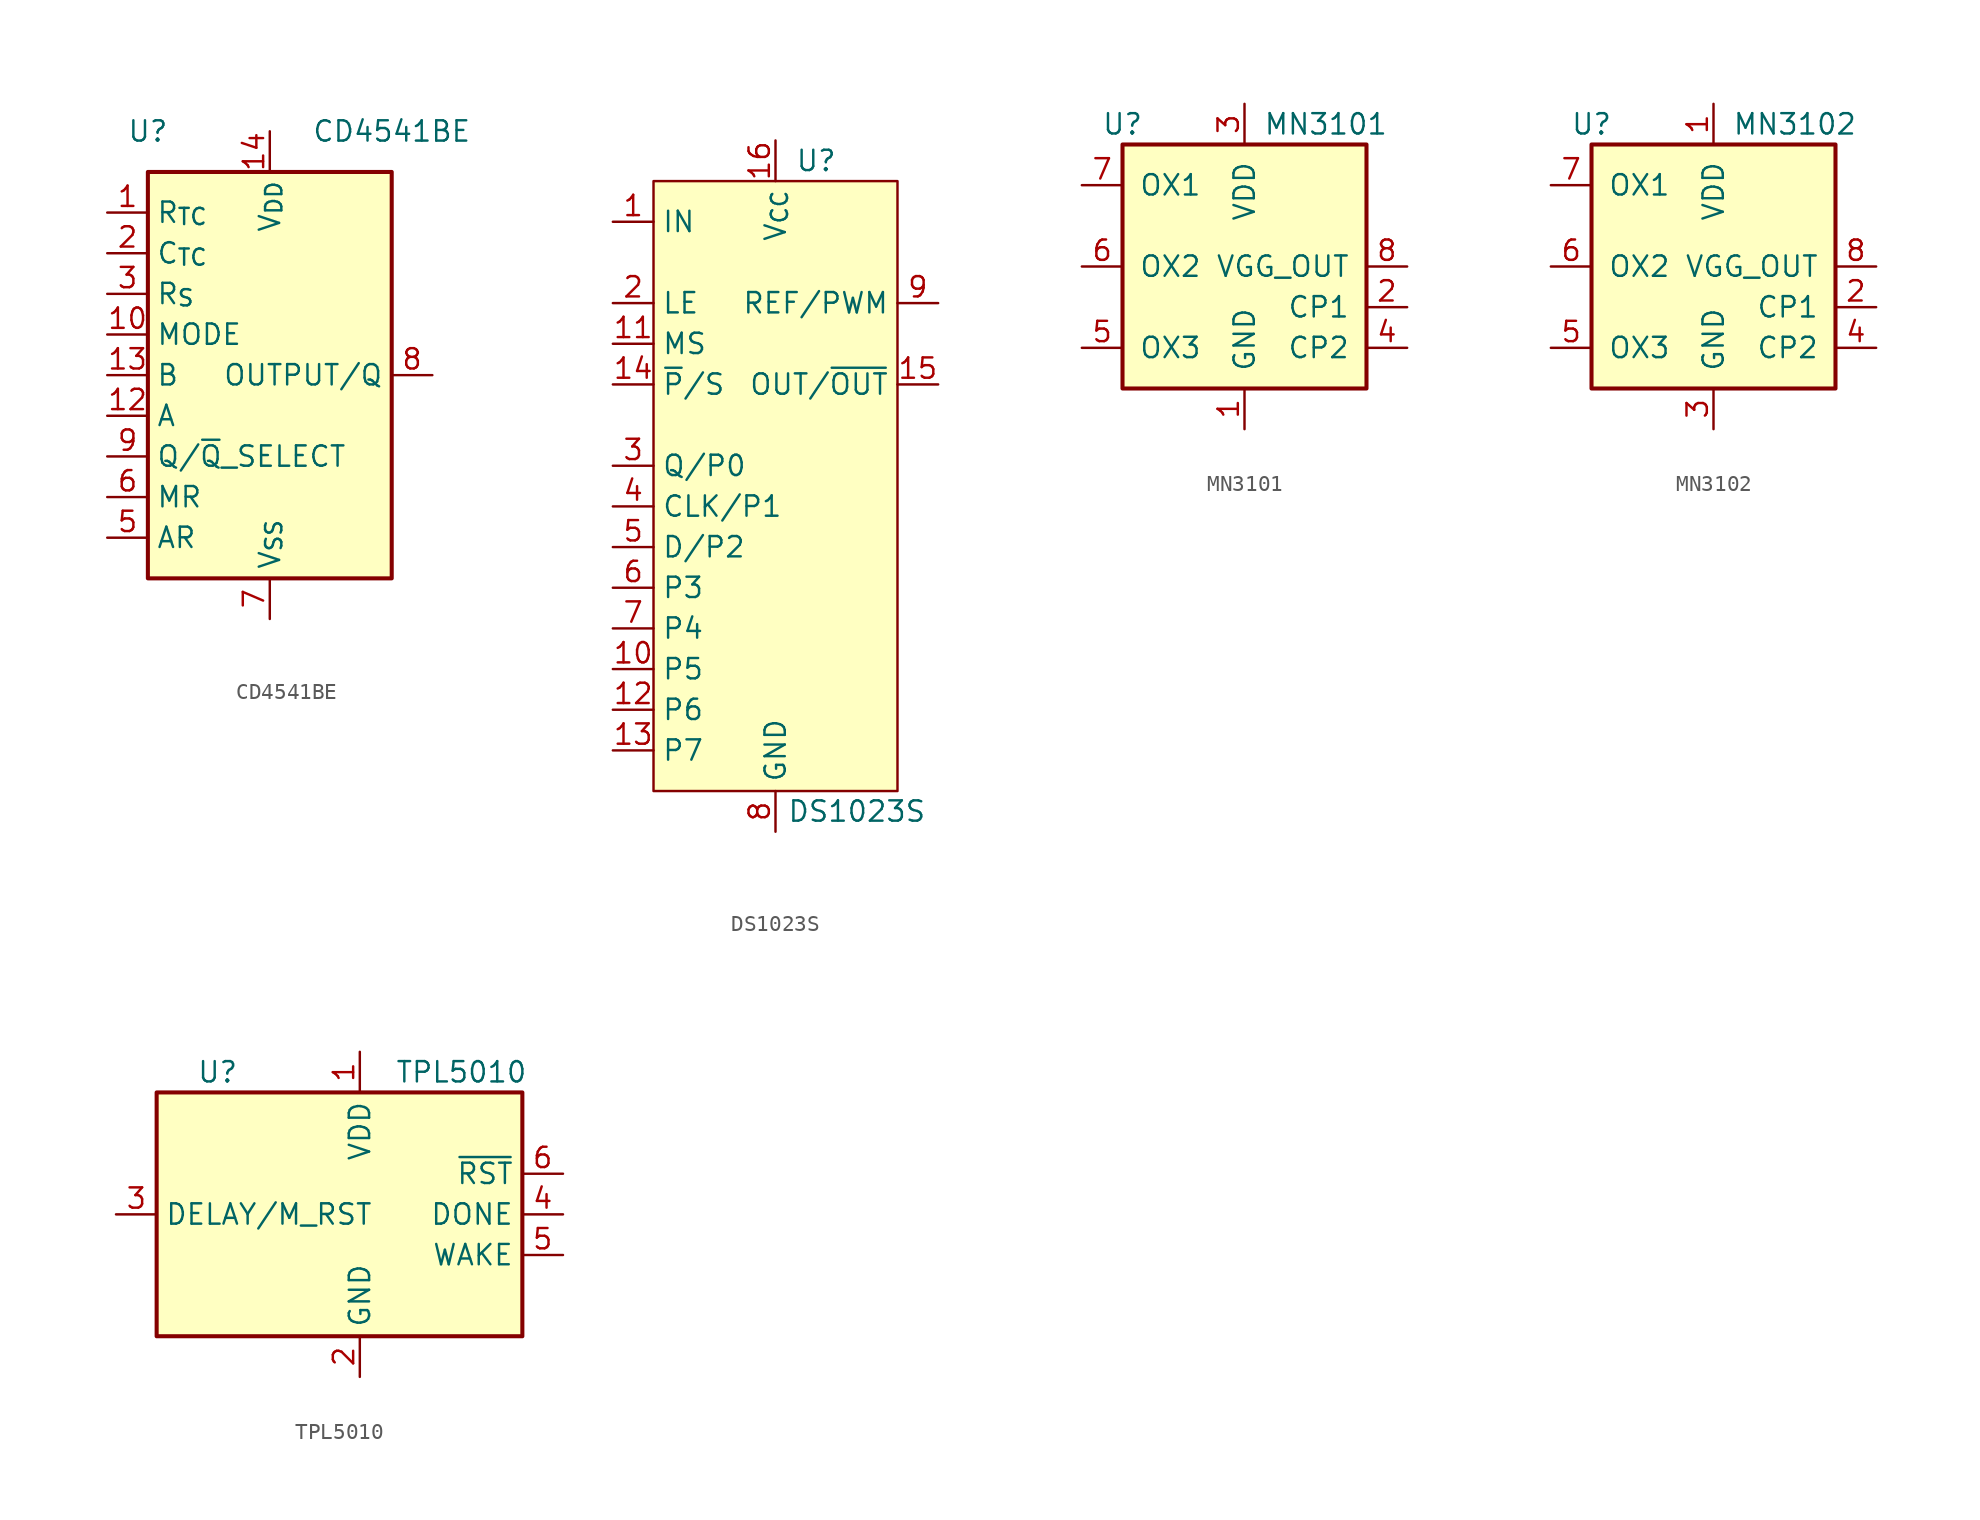
<source format=kicad_sym>
(kicad_symbol_lib
  (version 20231120)
  (generator "kicad_symbol_editor")
  (generator_version "8.0")
  (symbol "CD4541BE"
    (property "Reference" "U"
      (at -7.62 15.24 0)
      (effects (font (size 1.27 1.27))))
    (property "Value" "CD4541BE"
      (at 7.62 15.24 0)
      (effects (font (size 1.27 1.27))))
    (symbol "CD4541BE_0_0"
      (pin input line (at -10.16 10.16 0) (length 2.54) (name "R_{TC}" (effects (font (size 1.27 1.27)))) (number "1" (effects (font (size 1.27 1.27)))))
      (pin input line (at -10.16 2.54 0) (length 2.54) (name "MODE" (effects (font (size 1.27 1.27)))) (number "10" (effects (font (size 1.27 1.27)))))
      (pin no_connect line (at 7.62 -7.62 180) (length 2.54) hide (name "NC" (effects (font (size 1.27 1.27)))) (number "11" (effects (font (size 1.27 1.27)))))
      (pin input line (at -10.16 -2.54 0) (length 2.54) (name "A" (effects (font (size 1.27 1.27)))) (number "12" (effects (font (size 1.27 1.27)))))
      (pin input line (at -10.16 0 0) (length 2.54) (name "B" (effects (font (size 1.27 1.27)))) (number "13" (effects (font (size 1.27 1.27)))))
      (pin power_in line (at 0 15.24 270) (length 2.54) (name "V_{DD}" (effects (font (size 1.27 1.27)))) (number "14" (effects (font (size 1.27 1.27)))))
      (pin input line (at -10.16 7.62 0) (length 2.54) (name "C_{TC}" (effects (font (size 1.27 1.27)))) (number "2" (effects (font (size 1.27 1.27)))))
      (pin input line (at -10.16 5.08 0) (length 2.54) (name "R_{S}" (effects (font (size 1.27 1.27)))) (number "3" (effects (font (size 1.27 1.27)))))
      (pin no_connect line (at 7.62 -5.08 180) (length 2.54) hide (name "NC" (effects (font (size 1.27 1.27)))) (number "4" (effects (font (size 1.27 1.27)))))
      (pin input line (at -10.16 -10.16 0) (length 2.54) (name "AR" (effects (font (size 1.27 1.27)))) (number "5" (effects (font (size 1.27 1.27)))))
      (pin input line (at -10.16 -7.62 0) (length 2.54) (name "MR" (effects (font (size 1.27 1.27)))) (number "6" (effects (font (size 1.27 1.27)))))
      (pin power_in line (at 0 -15.24 90) (length 2.54) (name "V_{SS}" (effects (font (size 1.27 1.27)))) (number "7" (effects (font (size 1.27 1.27)))))
      (pin output line (at 10.16 0 180) (length 2.54) (name "OUTPUT/Q" (effects (font (size 1.27 1.27)))) (number "8" (effects (font (size 1.27 1.27)))))
      (pin input line (at -10.16 -5.08 0) (length 2.54) (name "Q/~{Q}_SELECT" (effects (font (size 1.27 1.27)))) (number "9" (effects (font (size 1.27 1.27))))))
    (symbol "CD4541BE_0_1"
      (rectangle (start 7.62 -12.7) (end -7.62 12.7) (stroke (width 0.254) (type default)) (fill (type background)))))
  (symbol "DS1023S"
    (property "Reference" "U"
      (at 2.54 19.05 0)
      (effects (font (size 1.27 1.27))))
    (property "Value" "DS1023S"
      (at 5.08 -21.59 0)
      (effects (font (size 1.27 1.27))))
    (symbol "DS1023S_1_1"
      (rectangle (start -7.62 17.78) (end 7.62 -20.32) (stroke (width 0) (type default)) (fill (type background)))
      (pin input line (at -10.16 15.24 0) (length 2.54) (name "IN" (effects (font (size 1.27 1.27)))) (number "1" (effects (font (size 1.27 1.27)))))
      (pin input line (at -10.16 -12.7 0) (length 2.54) (name "P5" (effects (font (size 1.27 1.27)))) (number "10" (effects (font (size 1.27 1.27)))))
      (pin input line (at -10.16 7.62 0) (length 2.54) (name "MS" (effects (font (size 1.27 1.27)))) (number "11" (effects (font (size 1.27 1.27)))))
      (pin input line (at -10.16 -15.24 0) (length 2.54) (name "P6" (effects (font (size 1.27 1.27)))) (number "12" (effects (font (size 1.27 1.27)))))
      (pin input line (at -10.16 -17.78 0) (length 2.54) (name "P7" (effects (font (size 1.27 1.27)))) (number "13" (effects (font (size 1.27 1.27)))))
      (pin input line (at -10.16 5.08 0) (length 2.54) (name "~{P}/S" (effects (font (size 1.27 1.27)))) (number "14" (effects (font (size 1.27 1.27)))))
      (pin output line (at 10.16 5.08 180) (length 2.54) (name "OUT/~{OUT}" (effects (font (size 1.27 1.27)))) (number "15" (effects (font (size 1.27 1.27)))))
      (pin power_in line (at 0 20.32 270) (length 2.54) (name "V_{CC}" (effects (font (size 1.27 1.27)))) (number "16" (effects (font (size 1.27 1.27)))))
      (pin input line (at -10.16 10.16 0) (length 2.54) (name "LE" (effects (font (size 1.27 1.27)))) (number "2" (effects (font (size 1.27 1.27)))))
      (pin input line (at -10.16 0 0) (length 2.54) (name "Q/P0" (effects (font (size 1.27 1.27)))) (number "3" (effects (font (size 1.27 1.27)))))
      (pin input line (at -10.16 -2.54 0) (length 2.54) (name "CLK/P1" (effects (font (size 1.27 1.27)))) (number "4" (effects (font (size 1.27 1.27)))))
      (pin input line (at -10.16 -5.08 0) (length 2.54) (name "D/P2" (effects (font (size 1.27 1.27)))) (number "5" (effects (font (size 1.27 1.27)))))
      (pin input line (at -10.16 -7.62 0) (length 2.54) (name "P3" (effects (font (size 1.27 1.27)))) (number "6" (effects (font (size 1.27 1.27)))))
      (pin input line (at -10.16 -10.16 0) (length 2.54) (name "P4" (effects (font (size 1.27 1.27)))) (number "7" (effects (font (size 1.27 1.27)))))
      (pin power_in line (at 0 -22.86 90) (length 2.54) (name "GND" (effects (font (size 1.27 1.27)))) (number "8" (effects (font (size 1.27 1.27)))))
      (pin output line (at 10.16 10.16 180) (length 2.54) (name "REF/PWM" (effects (font (size 1.27 1.27)))) (number "9" (effects (font (size 1.27 1.27)))))))
  (symbol "MN3101"
    (pin_names
      (offset 1.016))
    (property "Reference" "U"
      (at -7.62 8.89 0)
      (effects (font (size 1.27 1.27))))
    (property "Value" "MN3101"
      (at 5.08 8.89 0)
      (effects (font (size 1.27 1.27))))
    (symbol "MN3101_0_1"
      (rectangle (start -7.62 7.62) (end 7.62 -7.62) (stroke (width 0.254) (type default)) (fill (type background))))
    (symbol "MN3101_1_1"
      (pin power_in line (at 0 -10.16 90) (length 2.54) (name "GND" (effects (font (size 1.27 1.27)))) (number "1" (effects (font (size 1.27 1.27)))))
      (pin output line (at 10.16 -2.54 180) (length 2.54) (name "CP1" (effects (font (size 1.27 1.27)))) (number "2" (effects (font (size 1.27 1.27)))))
      (pin power_in line (at 0 10.16 270) (length 2.54) (name "VDD" (effects (font (size 1.27 1.27)))) (number "3" (effects (font (size 1.27 1.27)))))
      (pin output line (at 10.16 -5.08 180) (length 2.54) (name "CP2" (effects (font (size 1.27 1.27)))) (number "4" (effects (font (size 1.27 1.27)))))
      (pin input line (at -10.16 -5.08 0) (length 2.54) (name "OX3" (effects (font (size 1.27 1.27)))) (number "5" (effects (font (size 1.27 1.27)))))
      (pin input line (at -10.16 0 0) (length 2.54) (name "OX2" (effects (font (size 1.27 1.27)))) (number "6" (effects (font (size 1.27 1.27)))))
      (pin input line (at -10.16 5.08 0) (length 2.54) (name "OX1" (effects (font (size 1.27 1.27)))) (number "7" (effects (font (size 1.27 1.27)))))
      (pin power_out line (at 10.16 0 180) (length 2.54) (name "VGG_OUT" (effects (font (size 1.27 1.27)))) (number "8" (effects (font (size 1.27 1.27)))))))
  (symbol "MN3102"
    (pin_names
      (offset 1.016))
    (property "Reference" "U"
      (at -7.62 8.89 0)
      (effects (font (size 1.27 1.27))))
    (property "Value" "MN3102"
      (at 5.08 8.89 0)
      (effects (font (size 1.27 1.27))))
    (symbol "MN3102_0_1"
      (rectangle (start -7.62 7.62) (end 7.62 -7.62) (stroke (width 0.254) (type default)) (fill (type background))))
    (symbol "MN3102_1_1"
      (pin power_in line (at 0 10.16 270) (length 2.54) (name "VDD" (effects (font (size 1.27 1.27)))) (number "1" (effects (font (size 1.27 1.27)))))
      (pin output line (at 10.16 -2.54 180) (length 2.54) (name "CP1" (effects (font (size 1.27 1.27)))) (number "2" (effects (font (size 1.27 1.27)))))
      (pin power_in line (at 0 -10.16 90) (length 2.54) (name "GND" (effects (font (size 1.27 1.27)))) (number "3" (effects (font (size 1.27 1.27)))))
      (pin output line (at 10.16 -5.08 180) (length 2.54) (name "CP2" (effects (font (size 1.27 1.27)))) (number "4" (effects (font (size 1.27 1.27)))))
      (pin input line (at -10.16 -5.08 0) (length 2.54) (name "OX3" (effects (font (size 1.27 1.27)))) (number "5" (effects (font (size 1.27 1.27)))))
      (pin input line (at -10.16 0 0) (length 2.54) (name "OX2" (effects (font (size 1.27 1.27)))) (number "6" (effects (font (size 1.27 1.27)))))
      (pin input line (at -10.16 5.08 0) (length 2.54) (name "OX1" (effects (font (size 1.27 1.27)))) (number "7" (effects (font (size 1.27 1.27)))))
      (pin power_out line (at 10.16 0 180) (length 2.54) (name "VGG_OUT" (effects (font (size 1.27 1.27)))) (number "8" (effects (font (size 1.27 1.27)))))))
  (symbol "TPL5010"
    (property "Reference" "U"
      (at -8.89 8.89 0)
      (effects (font (size 1.27 1.27))))
    (property "Value" "TPL5010"
      (at 6.35 8.89 0)
      (effects (font (size 1.27 1.27))))
    (symbol "TPL5010_0_1"
      (rectangle (start -12.7 7.62) (end 10.16 -7.62) (stroke (width 0.254) (type default)) (fill (type background))))
    (symbol "TPL5010_1_1"
      (pin power_in line (at 0 10.16 270) (length 2.54) (name "VDD" (effects (font (size 1.27 1.27)))) (number "1" (effects (font (size 1.27 1.27)))))
      (pin power_in line (at 0 -10.16 90) (length 2.54) (name "GND" (effects (font (size 1.27 1.27)))) (number "2" (effects (font (size 1.27 1.27)))))
      (pin input line (at -15.24 0 0) (length 2.54) (name "DELAY/M_RST" (effects (font (size 1.27 1.27)))) (number "3" (effects (font (size 1.27 1.27)))))
      (pin input line (at 12.7 0 180) (length 2.54) (name "DONE" (effects (font (size 1.27 1.27)))) (number "4" (effects (font (size 1.27 1.27)))))
      (pin output line (at 12.7 -2.54 180) (length 2.54) (name "WAKE" (effects (font (size 1.27 1.27)))) (number "5" (effects (font (size 1.27 1.27)))))
      (pin open_collector line (at 12.7 2.54 180) (length 2.54) (name "~{RST}" (effects (font (size 1.27 1.27)))) (number "6" (effects (font (size 1.27 1.27))))))))
</source>
